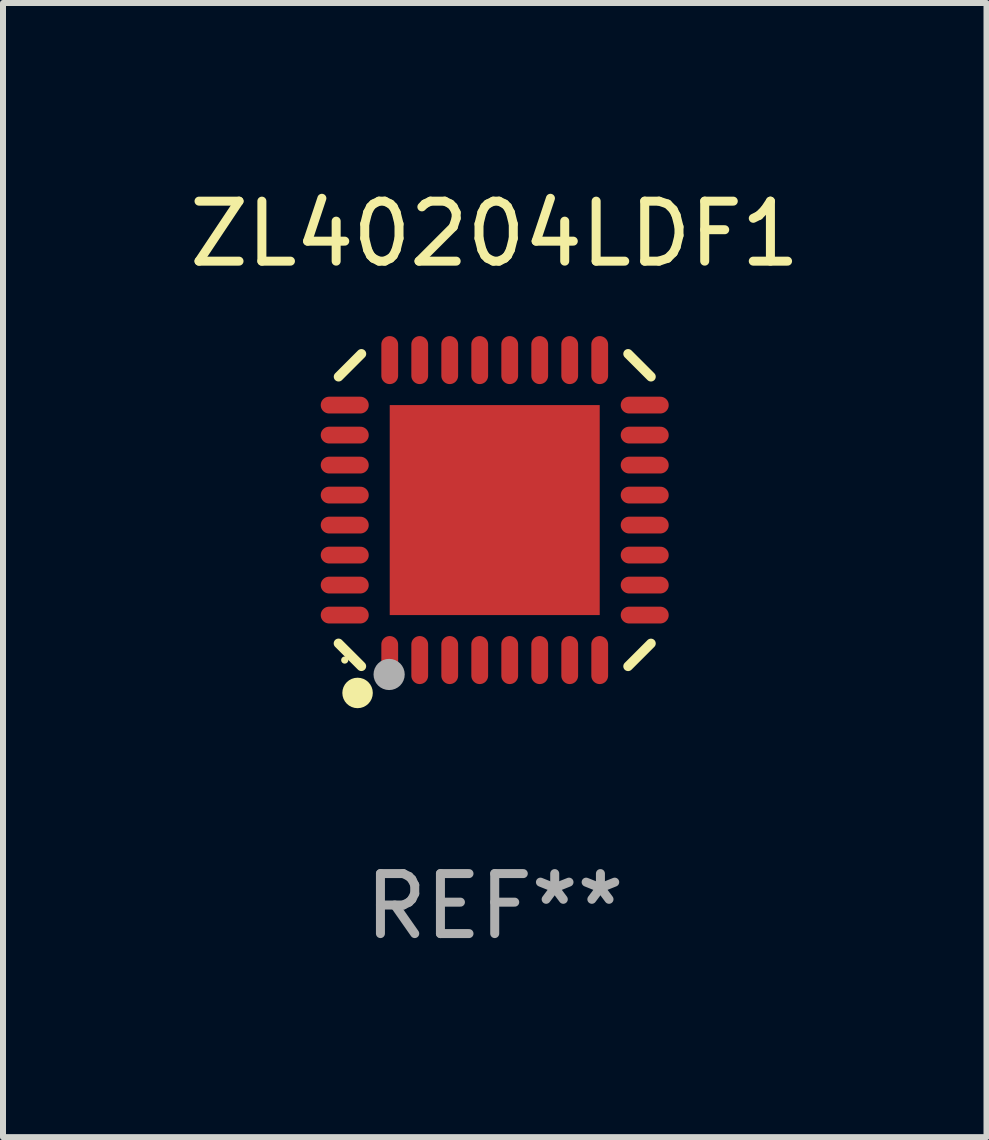
<source format=kicad_pcb>
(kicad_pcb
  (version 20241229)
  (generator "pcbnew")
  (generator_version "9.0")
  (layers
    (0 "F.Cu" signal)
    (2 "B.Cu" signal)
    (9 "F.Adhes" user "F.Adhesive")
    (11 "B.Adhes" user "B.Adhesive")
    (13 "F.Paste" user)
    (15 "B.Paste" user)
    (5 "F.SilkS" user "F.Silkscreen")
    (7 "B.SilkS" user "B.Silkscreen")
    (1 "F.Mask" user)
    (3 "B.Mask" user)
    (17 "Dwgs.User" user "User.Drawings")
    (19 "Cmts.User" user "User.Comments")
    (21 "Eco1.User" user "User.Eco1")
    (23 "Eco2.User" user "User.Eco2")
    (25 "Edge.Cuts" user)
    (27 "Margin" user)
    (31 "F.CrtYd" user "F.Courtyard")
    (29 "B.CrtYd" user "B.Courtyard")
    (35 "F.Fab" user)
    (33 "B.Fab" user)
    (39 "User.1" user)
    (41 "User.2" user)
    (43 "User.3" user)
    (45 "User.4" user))
  (footprint "ZL40204LDF1"
    (layer "F.Cu")
    (at 5.196 5.452)
    (property "Reference" "ZL40204LDF1" (at 0 -4.604 0) (layer "F.SilkS") (effects (font (size 1 1) (thickness 0.15))))
    (attr through_hole)
    (fp_line (start -2.223 2.603) (end -2.604 2.222) (stroke (width 0.16) (type solid)) (layer "F.SilkS"))
    (fp_line (start -2.222 -2.604) (end -2.603 -2.223) (stroke (width 0.16) (type solid)) (layer "F.SilkS"))
    (fp_line (start 2.223 -2.604) (end 2.604 -2.223) (stroke (width 0.16) (type solid)) (layer "F.SilkS"))
    (fp_line (start 2.604 2.223) (end 2.223 2.604) (stroke (width 0.16) (type solid)) (layer "F.SilkS"))
    (fp_circle (center -2.5 2.5) (end -2.47 2.5) (stroke (width 0.06) (type solid)) (fill no) (layer "F.SilkS"))
    (fp_circle (center -2.286 3.048) (end -2.159 3.048) (stroke (width 0.254) (type solid)) (fill no) (layer "F.SilkS"))
    (fp_circle (center -1.76 2.74) (end -1.63 2.74) (stroke (width 0.26) (type solid)) (fill no) (layer "F.Fab"))
    (fp_text user "REF**" (at 0 6.604 0) (layer "F.Fab") (effects (font (size 1 1) (thickness 0.15))))
    (pad "1" smd oval (at -1.75 2.5) (size 0.28 0.8) (layers "F.Cu" "F.Mask" "F.Paste"))
    (pad "2" smd oval (at -1.25 2.5) (size 0.28 0.8) (layers "F.Cu" "F.Mask" "F.Paste"))
    (pad "3" smd oval (at -0.75 2.5) (size 0.28 0.8) (layers "F.Cu" "F.Mask" "F.Paste"))
    (pad "4" smd oval (at -0.25 2.5) (size 0.28 0.8) (layers "F.Cu" "F.Mask" "F.Paste"))
    (pad "5" smd oval (at 0.25 2.5) (size 0.28 0.8) (layers "F.Cu" "F.Mask" "F.Paste"))
    (pad "6" smd oval (at 0.75 2.5) (size 0.28 0.8) (layers "F.Cu" "F.Mask" "F.Paste"))
    (pad "7" smd oval (at 1.25 2.5) (size 0.28 0.8) (layers "F.Cu" "F.Mask" "F.Paste"))
    (pad "8" smd oval (at 1.75 2.5) (size 0.28 0.8) (layers "F.Cu" "F.Mask" "F.Paste"))
    (pad "9" smd oval (at 2.5 1.75) (size 0.8 0.28) (layers "F.Cu" "F.Mask" "F.Paste"))
    (pad "10" smd oval (at 2.5 1.25) (size 0.8 0.28) (layers "F.Cu" "F.Mask" "F.Paste"))
    (pad "11" smd oval (at 2.5 0.75) (size 0.8 0.28) (layers "F.Cu" "F.Mask" "F.Paste"))
    (pad "12" smd oval (at 2.5 0.25) (size 0.8 0.28) (layers "F.Cu" "F.Mask" "F.Paste"))
    (pad "13" smd oval (at 2.5 -0.25) (size 0.8 0.28) (layers "F.Cu" "F.Mask" "F.Paste"))
    (pad "14" smd oval (at 2.5 -0.75) (size 0.8 0.28) (layers "F.Cu" "F.Mask" "F.Paste"))
    (pad "15" smd oval (at 2.5 -1.25) (size 0.8 0.28) (layers "F.Cu" "F.Mask" "F.Paste"))
    (pad "16" smd oval (at 2.5 -1.75) (size 0.8 0.28) (layers "F.Cu" "F.Mask" "F.Paste"))
    (pad "17" smd oval (at 1.75 -2.5) (size 0.28 0.8) (layers "F.Cu" "F.Mask" "F.Paste"))
    (pad "18" smd oval (at 1.25 -2.5) (size 0.28 0.8) (layers "F.Cu" "F.Mask" "F.Paste"))
    (pad "19" smd oval (at 0.75 -2.5) (size 0.28 0.8) (layers "F.Cu" "F.Mask" "F.Paste"))
    (pad "20" smd oval (at 0.25 -2.5) (size 0.28 0.8) (layers "F.Cu" "F.Mask" "F.Paste"))
    (pad "21" smd oval (at -0.25 -2.5) (size 0.28 0.8) (layers "F.Cu" "F.Mask" "F.Paste"))
    (pad "22" smd oval (at -0.75 -2.5) (size 0.28 0.8) (layers "F.Cu" "F.Mask" "F.Paste"))
    (pad "23" smd oval (at -1.25 -2.5) (size 0.28 0.8) (layers "F.Cu" "F.Mask" "F.Paste"))
    (pad "24" smd oval (at -1.75 -2.5) (size 0.28 0.8) (layers "F.Cu" "F.Mask" "F.Paste"))
    (pad "25" smd oval (at -2.5 -1.75) (size 0.8 0.28) (layers "F.Cu" "F.Mask" "F.Paste"))
    (pad "26" smd oval (at -2.5 -1.25) (size 0.8 0.28) (layers "F.Cu" "F.Mask" "F.Paste"))
    (pad "27" smd oval (at -2.5 -0.75) (size 0.8 0.28) (layers "F.Cu" "F.Mask" "F.Paste"))
    (pad "28" smd oval (at -2.5 -0.25) (size 0.8 0.28) (layers "F.Cu" "F.Mask" "F.Paste"))
    (pad "29" smd oval (at -2.5 0.25) (size 0.8 0.28) (layers "F.Cu" "F.Mask" "F.Paste"))
    (pad "30" smd oval (at -2.5 0.75) (size 0.8 0.28) (layers "F.Cu" "F.Mask" "F.Paste"))
    (pad "31" smd oval (at -2.5 1.25) (size 0.8 0.28) (layers "F.Cu" "F.Mask" "F.Paste"))
    (pad "32" smd oval (at -2.5 1.75) (size 0.8 0.28) (layers "F.Cu" "F.Mask" "F.Paste"))
    (pad "33" smd rect (at 0.000038 -0.000025) (size 3.5 3.5) (layers "F.Cu" "F.Mask" "F.Paste")))
  (gr_rect
    (start -3 -3)
    (end 13.393 15.904)
    (stroke (width 0.1) (type default))
    (fill no)
    (layer "Edge.Cuts")))
</source>
